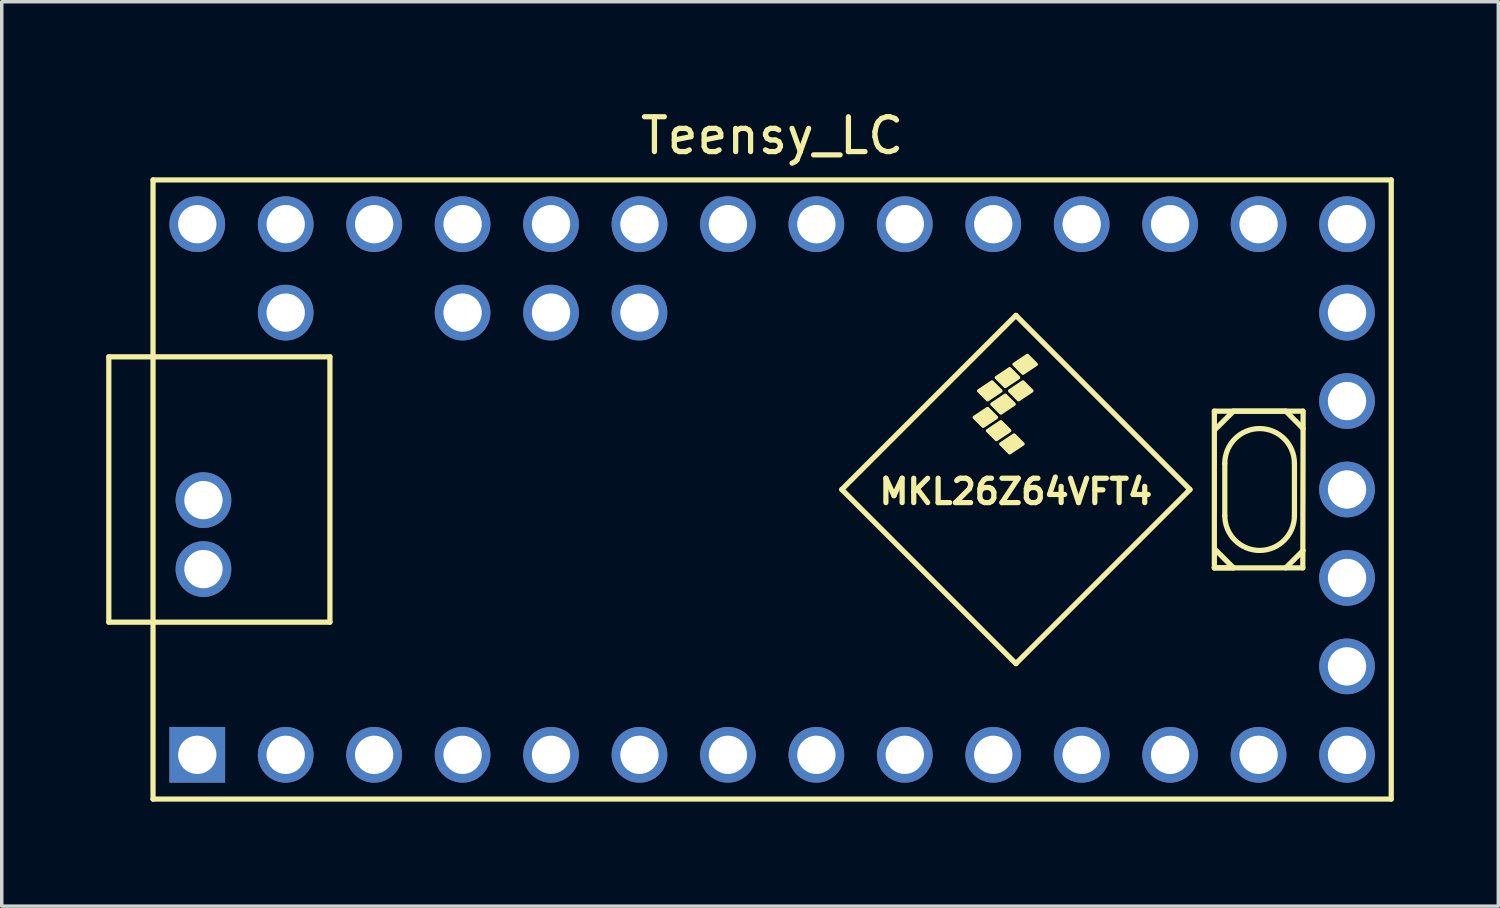
<source format=kicad_pcb>
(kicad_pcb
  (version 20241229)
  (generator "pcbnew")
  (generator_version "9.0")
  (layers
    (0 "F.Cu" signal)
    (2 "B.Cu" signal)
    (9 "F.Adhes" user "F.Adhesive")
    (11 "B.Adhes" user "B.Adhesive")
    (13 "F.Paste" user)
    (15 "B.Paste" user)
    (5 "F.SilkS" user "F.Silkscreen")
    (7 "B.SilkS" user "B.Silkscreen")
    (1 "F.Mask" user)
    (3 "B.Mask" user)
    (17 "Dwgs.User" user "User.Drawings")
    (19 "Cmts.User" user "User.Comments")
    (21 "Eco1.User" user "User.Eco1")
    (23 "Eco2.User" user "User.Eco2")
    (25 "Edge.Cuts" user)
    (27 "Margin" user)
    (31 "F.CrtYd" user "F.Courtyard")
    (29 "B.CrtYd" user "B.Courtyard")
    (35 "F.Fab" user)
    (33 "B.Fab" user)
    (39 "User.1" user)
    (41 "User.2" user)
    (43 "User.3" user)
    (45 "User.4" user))
  (footprint "Teensy_LC"
    (layer "F.Cu")
    (at 19.125 11.008)
    (property "Reference" "Teensy_LC" (at 0 -10.16 0) (layer "F.SilkS") (effects (font (size 1 1) (thickness 0.15))))
    (attr through_hole)
    (fp_line (start -19.05 -3.81) (end -17.78 -3.81) (stroke (width 0.15) (type solid)) (layer "F.SilkS"))
    (fp_line (start -19.05 3.81) (end -19.05 -3.81) (stroke (width 0.15) (type solid)) (layer "F.SilkS"))
    (fp_line (start -17.78 -8.89) (end 17.78 -8.89) (stroke (width 0.15) (type solid)) (layer "F.SilkS"))
    (fp_line (start -17.78 3.81) (end -19.05 3.81) (stroke (width 0.15) (type solid)) (layer "F.SilkS"))
    (fp_line (start -17.78 8.89) (end -17.78 -8.89) (stroke (width 0.15) (type solid)) (layer "F.SilkS"))
    (fp_line (start -12.7 -3.81) (end -17.78 -3.81) (stroke (width 0.15) (type solid)) (layer "F.SilkS"))
    (fp_line (start -12.7 3.81) (end -17.78 3.81) (stroke (width 0.15) (type solid)) (layer "F.SilkS"))
    (fp_line (start -12.7 3.81) (end -12.7 -3.81) (stroke (width 0.15) (type solid)) (layer "F.SilkS"))
    (fp_line (start 2 0) (end 7 5) (stroke (width 0.15) (type solid)) (layer "F.SilkS"))
    (fp_line (start 7 -5) (end 2 0) (stroke (width 0.15) (type solid)) (layer "F.SilkS"))
    (fp_line (start 7 5) (end 12 0) (stroke (width 0.15) (type solid)) (layer "F.SilkS"))
    (fp_line (start 12 0) (end 7 -5) (stroke (width 0.15) (type solid)) (layer "F.SilkS"))
    (fp_line (start 12.7 -2.25) (end 15.24 -2.25) (stroke (width 0.15) (type solid)) (layer "F.SilkS"))
    (fp_line (start 12.7 2.25) (end 12.7 -2.25) (stroke (width 0.15) (type solid)) (layer "F.SilkS"))
    (fp_line (start 12.7 2.25) (end 13.25 2.25) (stroke (width 0.15) (type solid)) (layer "F.SilkS"))
    (fp_line (start 12.75 -1.75) (end 13.25 -2.25) (stroke (width 0.15) (type solid)) (layer "F.SilkS"))
    (fp_line (start 13 -0.75) (end 13 0.75) (stroke (width 0.15) (type solid)) (layer "F.SilkS"))
    (fp_line (start 13.25 2.25) (end 12.75 1.75) (stroke (width 0.15) (type solid)) (layer "F.SilkS"))
    (fp_line (start 14.75 -2.25) (end 13.25 -2.25) (stroke (width 0.15) (type solid)) (layer "F.SilkS"))
    (fp_line (start 15 0.75) (end 15 -0.75) (stroke (width 0.15) (type solid)) (layer "F.SilkS"))
    (fp_line (start 15.24 2.25) (end 12.7 2.25) (stroke (width 0.15) (type solid)) (layer "F.SilkS"))
    (fp_line (start 15.25 -2.25) (end 15.24 2.25) (stroke (width 0.15) (type solid)) (layer "F.SilkS"))
    (fp_line (start 15.25 -1.75) (end 14.75 -2.25) (stroke (width 0.15) (type solid)) (layer "F.SilkS"))
    (fp_line (start 15.25 1.75) (end 14.75 2.25) (stroke (width 0.15) (type solid)) (layer "F.SilkS"))
    (fp_line (start 17.78 -8.89) (end 17.78 8.89) (stroke (width 0.15) (type solid)) (layer "F.SilkS"))
    (fp_line (start 17.78 8.89) (end -17.78 8.89) (stroke (width 0.15) (type solid)) (layer "F.SilkS"))
    (fp_arc (start 13 -0.75) (mid 14 -1.75) (end 15 -0.75) (stroke (width 0.15) (type solid)) (layer "F.SilkS"))
    (fp_arc (start 15 0.75) (mid 14 1.75) (end 13 0.75) (stroke (width 0.15) (type solid)) (layer "F.SilkS"))
    (fp_poly (pts (xy 6.06 -1.817) (xy 5.806 -2.071) (xy 6.187 -2.325) (xy 6.441 -2.071)) (stroke (width 0.1) (type solid)) (fill yes) (layer "F.SilkS"))
    (fp_poly (pts (xy 6.187 -2.579) (xy 5.933 -2.833) (xy 6.314 -3.087) (xy 6.568 -2.833)) (stroke (width 0.1) (type solid)) (fill yes) (layer "F.SilkS"))
    (fp_poly (pts (xy 6.441 -1.436) (xy 6.187 -1.69) (xy 6.568 -1.944) (xy 6.822 -1.69)) (stroke (width 0.1) (type solid)) (fill yes) (layer "F.SilkS"))
    (fp_poly (pts (xy 6.568 -2.198) (xy 6.314 -2.452) (xy 6.695 -2.706) (xy 6.949 -2.452)) (stroke (width 0.1) (type solid)) (fill yes) (layer "F.SilkS"))
    (fp_poly (pts (xy 6.695 -2.96) (xy 6.441 -3.214) (xy 6.822 -3.468) (xy 7.076 -3.214)) (stroke (width 0.1) (type solid)) (fill yes) (layer "F.SilkS"))
    (fp_poly (pts (xy 6.822 -1.055) (xy 6.568 -1.309) (xy 6.949 -1.563) (xy 7.203 -1.309)) (stroke (width 0.1) (type solid)) (fill yes) (layer "F.SilkS"))
    (fp_poly (pts (xy 7.076 -2.579) (xy 6.822 -2.833) (xy 7.203 -3.087) (xy 7.457 -2.833)) (stroke (width 0.1) (type solid)) (fill yes) (layer "F.SilkS"))
    (fp_poly (pts (xy 7.203 -3.341) (xy 6.949 -3.595) (xy 7.33 -3.849) (xy 7.584 -3.595)) (stroke (width 0.1) (type solid)) (fill yes) (layer "F.SilkS"))
    (fp_text user "MKL26Z64VFT4" (at 7 0.06 0) (layer "F.SilkS") (effects (font (size 0.7 0.7) (thickness 0.15))))
    (pad "1" thru_hole rect (at -16.51 7.62) (size 1.6 1.6) (drill 1.1) (layers "*.Cu" "*.Mask"))
    (pad "2" thru_hole circle (at -13.97 7.62) (size 1.6 1.6) (drill 1.1) (layers "*.Cu" "*.Mask"))
    (pad "3" thru_hole circle (at -11.43 7.62) (size 1.6 1.6) (drill 1.1) (layers "*.Cu" "*.Mask"))
    (pad "4" thru_hole circle (at -8.89 7.62) (size 1.6 1.6) (drill 1.1) (layers "*.Cu" "*.Mask"))
    (pad "5" thru_hole circle (at -6.35 7.62) (size 1.6 1.6) (drill 1.1) (layers "*.Cu" "*.Mask"))
    (pad "6" thru_hole circle (at -3.81 7.62) (size 1.6 1.6) (drill 1.1) (layers "*.Cu" "*.Mask"))
    (pad "7" thru_hole circle (at -1.27 7.62) (size 1.6 1.6) (drill 1.1) (layers "*.Cu" "*.Mask"))
    (pad "8" thru_hole circle (at 1.27 7.62) (size 1.6 1.6) (drill 1.1) (layers "*.Cu" "*.Mask"))
    (pad "9" thru_hole circle (at 3.81 7.62) (size 1.6 1.6) (drill 1.1) (layers "*.Cu" "*.Mask"))
    (pad "10" thru_hole circle (at 6.35 7.62) (size 1.6 1.6) (drill 1.1) (layers "*.Cu" "*.Mask"))
    (pad "11" thru_hole circle (at 8.89 7.62) (size 1.6 1.6) (drill 1.1) (layers "*.Cu" "*.Mask"))
    (pad "12" thru_hole circle (at 11.43 7.62) (size 1.6 1.6) (drill 1.1) (layers "*.Cu" "*.Mask"))
    (pad "13" thru_hole circle (at 13.97 7.62) (size 1.6 1.6) (drill 1.1) (layers "*.Cu" "*.Mask"))
    (pad "14" thru_hole circle (at 16.51 7.62) (size 1.6 1.6) (drill 1.1) (layers "*.Cu" "*.Mask"))
    (pad "15" thru_hole circle (at 16.51 5.08) (size 1.6 1.6) (drill 1.1) (layers "*.Cu" "*.Mask"))
    (pad "16" thru_hole circle (at 16.51 2.54) (size 1.6 1.6) (drill 1.1) (layers "*.Cu" "*.Mask"))
    (pad "17" thru_hole circle (at 16.51 0) (size 1.6 1.6) (drill 1.1) (layers "*.Cu" "*.Mask"))
    (pad "18" thru_hole circle (at 16.51 -2.54) (size 1.6 1.6) (drill 1.1) (layers "*.Cu" "*.Mask"))
    (pad "19" thru_hole circle (at 16.51 -5.08) (size 1.6 1.6) (drill 1.1) (layers "*.Cu" "*.Mask"))
    (pad "20" thru_hole circle (at 16.51 -7.62) (size 1.6 1.6) (drill 1.1) (layers "*.Cu" "*.Mask"))
    (pad "21" thru_hole circle (at 13.97 -7.62) (size 1.6 1.6) (drill 1.1) (layers "*.Cu" "*.Mask"))
    (pad "22" thru_hole circle (at 11.43 -7.62) (size 1.6 1.6) (drill 1.1) (layers "*.Cu" "*.Mask"))
    (pad "23" thru_hole circle (at 8.89 -7.62) (size 1.6 1.6) (drill 1.1) (layers "*.Cu" "*.Mask"))
    (pad "24" thru_hole circle (at 6.35 -7.62) (size 1.6 1.6) (drill 1.1) (layers "*.Cu" "*.Mask"))
    (pad "25" thru_hole circle (at 3.81 -7.62) (size 1.6 1.6) (drill 1.1) (layers "*.Cu" "*.Mask"))
    (pad "26" thru_hole circle (at 1.27 -7.62) (size 1.6 1.6) (drill 1.1) (layers "*.Cu" "*.Mask"))
    (pad "27" thru_hole circle (at -1.27 -7.62) (size 1.6 1.6) (drill 1.1) (layers "*.Cu" "*.Mask"))
    (pad "28" thru_hole circle (at -3.81 -7.62) (size 1.6 1.6) (drill 1.1) (layers "*.Cu" "*.Mask"))
    (pad "29" thru_hole circle (at -6.35 -7.62) (size 1.6 1.6) (drill 1.1) (layers "*.Cu" "*.Mask"))
    (pad "30" thru_hole circle (at -8.89 -7.62) (size 1.6 1.6) (drill 1.1) (layers "*.Cu" "*.Mask"))
    (pad "31" thru_hole circle (at -11.43 -7.62) (size 1.6 1.6) (drill 1.1) (layers "*.Cu" "*.Mask"))
    (pad "32" thru_hole circle (at -13.97 -7.62) (size 1.6 1.6) (drill 1.1) (layers "*.Cu" "*.Mask"))
    (pad "33" thru_hole circle (at -16.51 -7.62) (size 1.6 1.6) (drill 1.1) (layers "*.Cu" "*.Mask"))
    (pad "34" thru_hole circle (at -13.97 -5.08) (size 1.6 1.6) (drill 1.1) (layers "*.Cu" "*.Mask"))
    (pad "35" thru_hole circle (at -8.89 -5.08) (size 1.6 1.6) (drill 1.1) (layers "*.Cu" "*.Mask"))
    (pad "36" thru_hole circle (at -6.35 -5.08) (size 1.6 1.6) (drill 1.1) (layers "*.Cu" "*.Mask"))
    (pad "37" thru_hole circle (at -3.81 -5.08) (size 1.6 1.6) (drill 1.1) (layers "*.Cu" "*.Mask"))
    (pad "38" thru_hole circle (at -16.332 2.286) (size 1.6 1.6) (drill 1.1) (layers "*.Cu" "*.Mask"))
    (pad "39" thru_hole circle (at -16.332 0.305) (size 1.6 1.6) (drill 1.1) (layers "*.Cu" "*.Mask")))
  (gr_rect
    (start -3 -3)
    (end 39.98 22.973)
    (stroke (width 0.1) (type default))
    (fill no)
    (layer "Edge.Cuts")))
</source>
